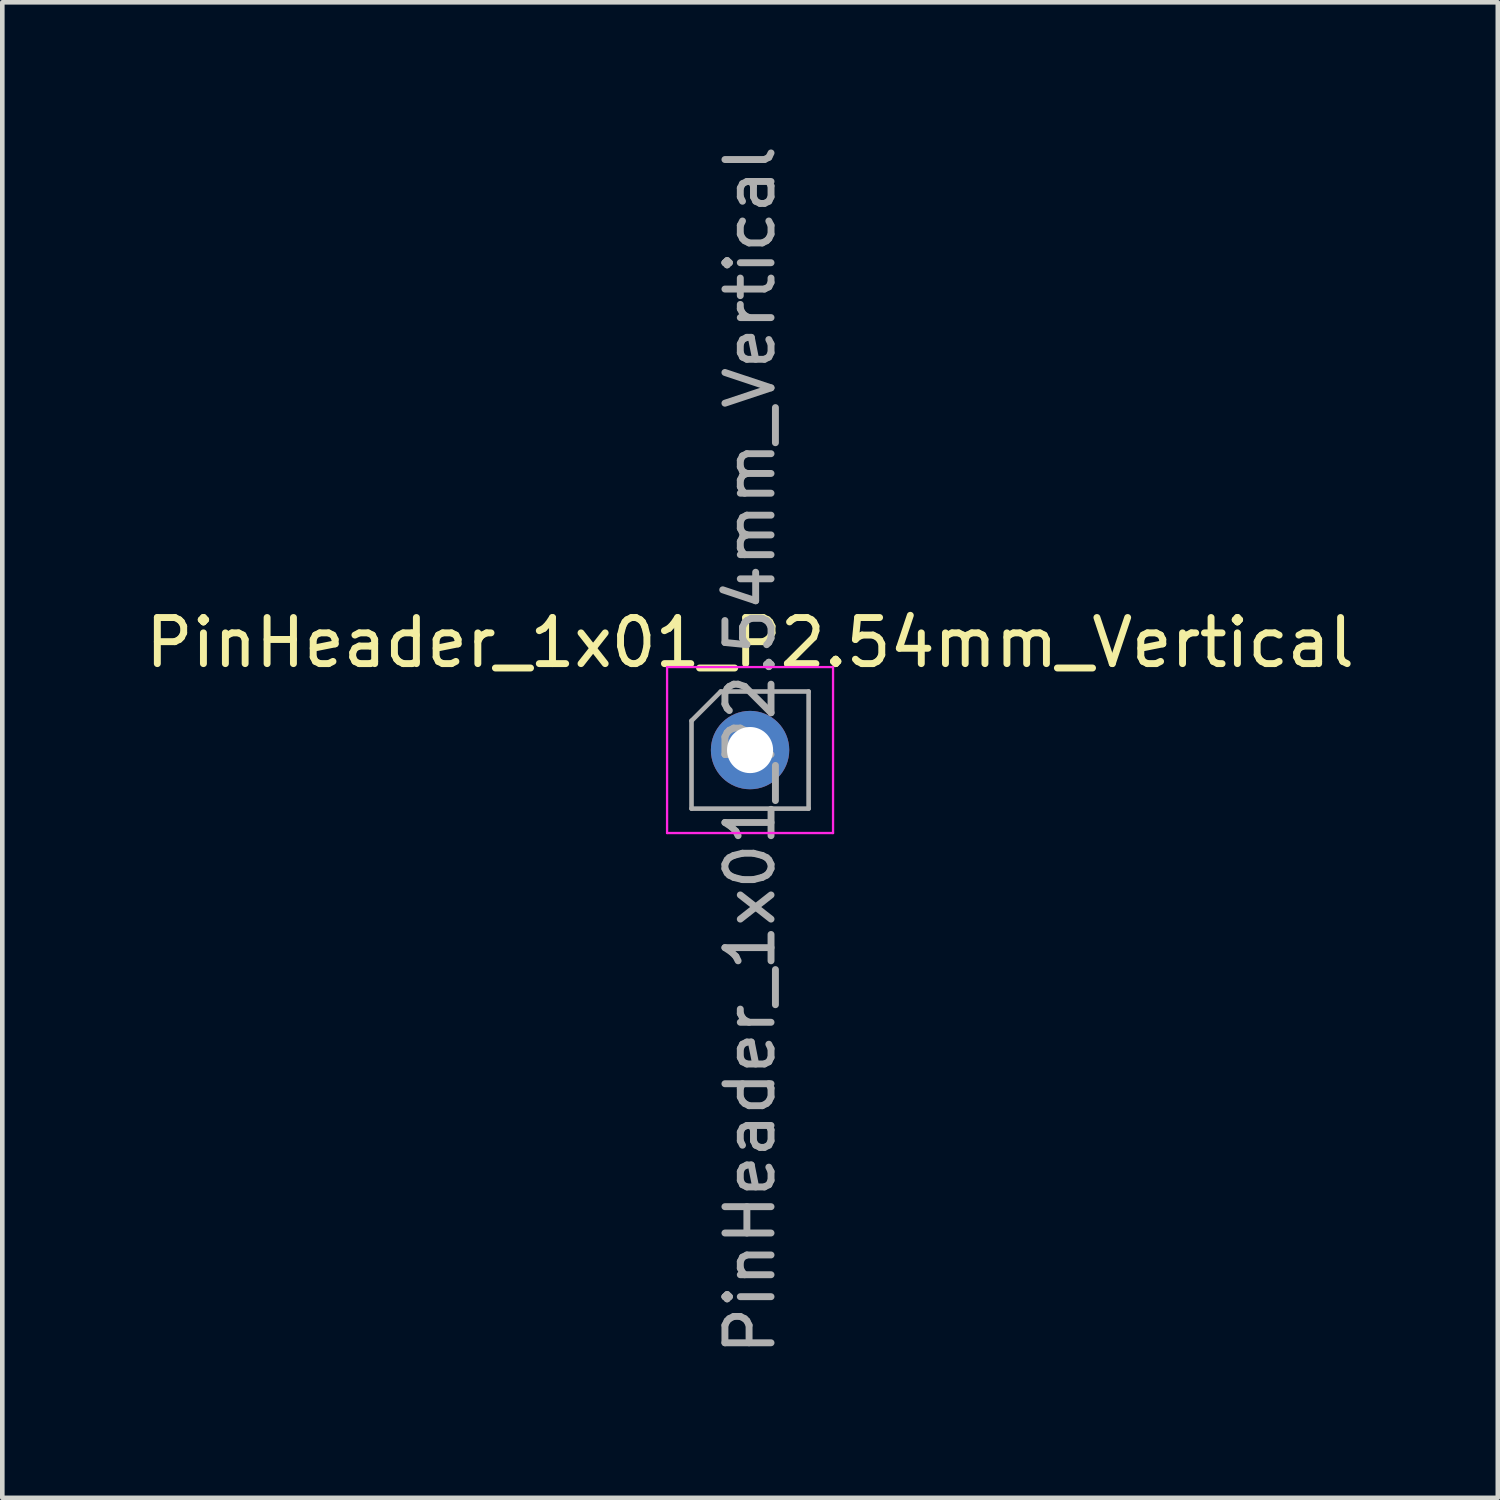
<source format=kicad_pcb>
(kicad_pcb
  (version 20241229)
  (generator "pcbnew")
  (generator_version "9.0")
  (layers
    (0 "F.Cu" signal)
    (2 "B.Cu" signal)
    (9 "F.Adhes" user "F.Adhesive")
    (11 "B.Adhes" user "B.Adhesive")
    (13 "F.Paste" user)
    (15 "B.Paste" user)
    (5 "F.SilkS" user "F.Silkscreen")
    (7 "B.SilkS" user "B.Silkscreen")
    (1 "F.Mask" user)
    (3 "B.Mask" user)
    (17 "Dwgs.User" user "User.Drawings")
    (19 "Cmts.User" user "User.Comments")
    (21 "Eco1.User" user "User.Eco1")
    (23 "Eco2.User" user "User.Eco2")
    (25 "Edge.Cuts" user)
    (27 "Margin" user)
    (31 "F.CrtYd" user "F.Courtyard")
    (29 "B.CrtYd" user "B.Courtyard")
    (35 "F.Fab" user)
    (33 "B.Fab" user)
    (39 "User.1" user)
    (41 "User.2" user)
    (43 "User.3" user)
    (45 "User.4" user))
  (footprint "PinHeader_1x01_P2.54mm_Vertical"
    (layer "F.Cu")
    (at 13.22 13.22)
    (property "Reference" "PinHeader_1x01_P2.54mm_Vertical" (at 0 -2.33 0) (layer "F.SilkS") (effects (font (size 1 1) (thickness 0.15))))
    (attr through_hole)
    (fp_line (start -1.8 -1.8) (end -1.8 1.8) (stroke (width 0.05) (type solid)) (layer "F.CrtYd"))
    (fp_line (start -1.8 1.8) (end 1.8 1.8) (stroke (width 0.05) (type solid)) (layer "F.CrtYd"))
    (fp_line (start 1.8 -1.8) (end -1.8 -1.8) (stroke (width 0.05) (type solid)) (layer "F.CrtYd"))
    (fp_line (start 1.8 1.8) (end 1.8 -1.8) (stroke (width 0.05) (type solid)) (layer "F.CrtYd"))
    (fp_line (start -1.27 -0.635) (end -0.635 -1.27) (stroke (width 0.1) (type solid)) (layer "F.Fab"))
    (fp_line (start -1.27 1.27) (end -1.27 -0.635) (stroke (width 0.1) (type solid)) (layer "F.Fab"))
    (fp_line (start -0.635 -1.27) (end 1.27 -1.27) (stroke (width 0.1) (type solid)) (layer "F.Fab"))
    (fp_line (start 1.27 -1.27) (end 1.27 1.27) (stroke (width 0.1) (type solid)) (layer "F.Fab"))
    (fp_line (start 1.27 1.27) (end -1.27 1.27) (stroke (width 0.1) (type solid)) (layer "F.Fab"))
    (fp_text user "${REFERENCE}" (at 0 0 90) (layer "F.Fab") (effects (font (size 1 1) (thickness 0.15))))
    (pad "1" thru_hole circle (at 0 0) (size 1.7 1.7) (drill 1) (layers "*.Cu" "*.Mask")))
  (gr_rect
    (start -3 -3)
    (end 29.44 29.44)
    (stroke (width 0.1) (type default))
    (fill no)
    (layer "Edge.Cuts")))
</source>
